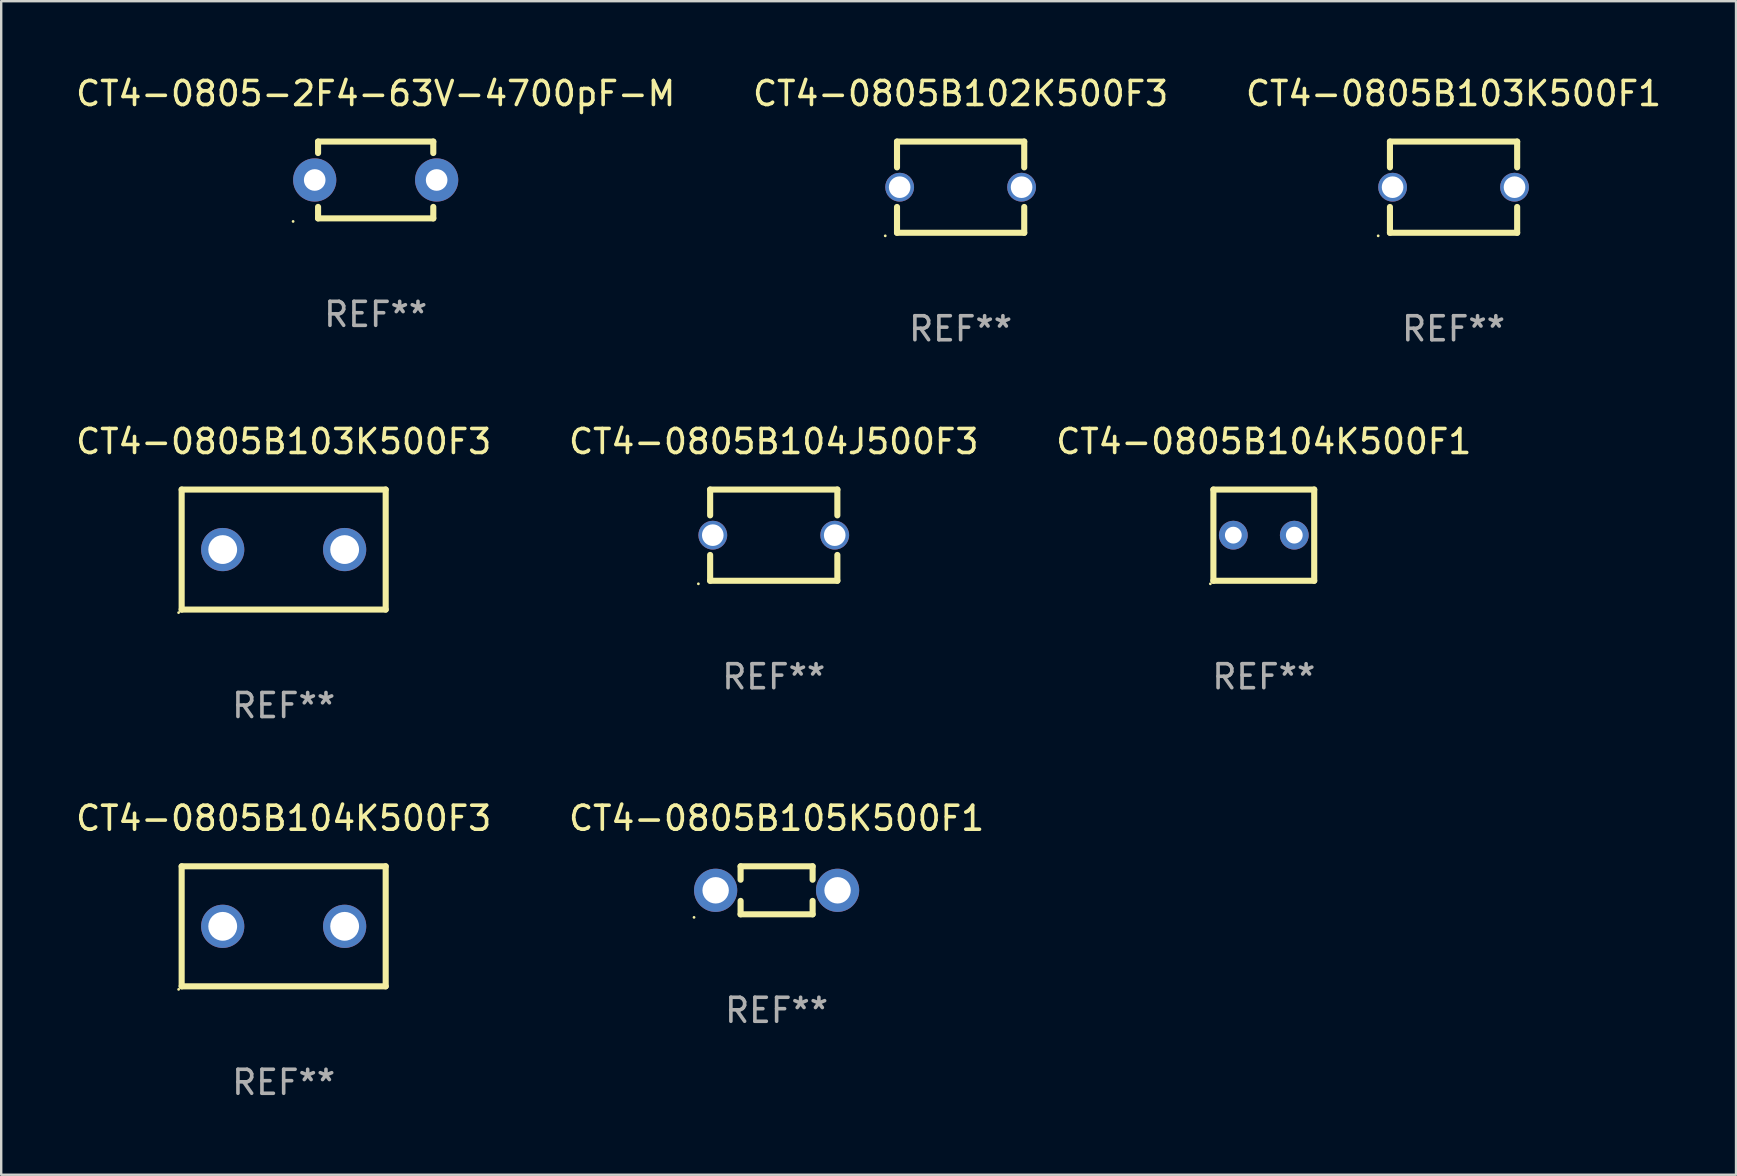
<source format=kicad_pcb>
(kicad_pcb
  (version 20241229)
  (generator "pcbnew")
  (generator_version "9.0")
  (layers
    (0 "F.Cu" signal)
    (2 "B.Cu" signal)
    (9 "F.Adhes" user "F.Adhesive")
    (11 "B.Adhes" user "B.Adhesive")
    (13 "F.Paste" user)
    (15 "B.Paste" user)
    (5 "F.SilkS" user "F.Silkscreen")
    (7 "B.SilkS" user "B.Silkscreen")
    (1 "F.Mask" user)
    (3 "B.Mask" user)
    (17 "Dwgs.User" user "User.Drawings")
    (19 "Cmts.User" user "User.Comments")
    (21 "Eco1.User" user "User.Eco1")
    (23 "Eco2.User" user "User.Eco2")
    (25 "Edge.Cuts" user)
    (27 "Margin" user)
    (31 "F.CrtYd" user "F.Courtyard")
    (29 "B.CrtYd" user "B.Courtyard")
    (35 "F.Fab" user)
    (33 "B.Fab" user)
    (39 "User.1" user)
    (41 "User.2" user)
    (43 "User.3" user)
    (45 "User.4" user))
  (footprint "CT4-0805B103K500F3"
    (layer "F.Cu")
    (at 8.768 19.845)
    (property "Reference" "CT4-0805B103K500F3" (at 0 -4.5 0) (layer "F.SilkS") (effects (font (size 1 1) (thickness 0.15))))
    (attr through_hole)
    (fp_line (start -4.25 -2.5) (end 4.25 -2.5) (stroke (width 0.254) (type solid)) (layer "F.SilkS"))
    (fp_line (start -4.25 2.5) (end -4.25 -2.5) (stroke (width 0.254) (type solid)) (layer "F.SilkS"))
    (fp_line (start 4.25 -2.5) (end 4.25 2.5) (stroke (width 0.254) (type solid)) (layer "F.SilkS"))
    (fp_line (start 4.25 2.5) (end -4.25 2.5) (stroke (width 0.254) (type solid)) (layer "F.SilkS"))
    (fp_circle (center -4.377 2.627) (end -4.347 2.627) (stroke (width 0.06) (type solid)) (fill no) (layer "F.SilkS"))
    (fp_text user "REF**" (at 0 6.5 0) (layer "F.Fab") (effects (font (size 1 1) (thickness 0.15))))
    (pad "1" thru_hole circle (at -2.54 0) (size 1.8 1.8) (drill 1.2) (layers "*.Cu" "*.Mask"))
    (pad "2" thru_hole circle (at 2.54 0) (size 1.8 1.8) (drill 1.2) (layers "*.Cu" "*.Mask")))
  (footprint "CT4-0805B104K500F3"
    (layer "F.Cu")
    (at 8.768 35.541)
    (property "Reference" "CT4-0805B104K500F3" (at 0 -4.5 0) (layer "F.SilkS") (effects (font (size 1 1) (thickness 0.15))))
    (attr through_hole)
    (fp_line (start -4.25 -2.5) (end 4.25 -2.5) (stroke (width 0.254) (type solid)) (layer "F.SilkS"))
    (fp_line (start -4.25 2.5) (end -4.25 -2.5) (stroke (width 0.254) (type solid)) (layer "F.SilkS"))
    (fp_line (start 4.25 -2.5) (end 4.25 2.5) (stroke (width 0.254) (type solid)) (layer "F.SilkS"))
    (fp_line (start 4.25 2.5) (end -4.25 2.5) (stroke (width 0.254) (type solid)) (layer "F.SilkS"))
    (fp_circle (center -4.377 2.627) (end -4.347 2.627) (stroke (width 0.06) (type solid)) (fill no) (layer "F.SilkS"))
    (fp_text user "REF**" (at 0 6.5 0) (layer "F.Fab") (effects (font (size 1 1) (thickness 0.15))))
    (pad "1" thru_hole circle (at -2.54 0) (size 1.8 1.8) (drill 1.2) (layers "*.Cu" "*.Mask"))
    (pad "2" thru_hole circle (at 2.54 0) (size 1.8 1.8) (drill 1.2) (layers "*.Cu" "*.Mask")))
  (footprint "CT4-0805B104K500F1"
    (layer "F.Cu")
    (at 49.601 19.245)
    (property "Reference" "CT4-0805B104K500F1" (at 0 -3.9 0) (layer "F.SilkS") (effects (font (size 1 1) (thickness 0.15))))
    (attr through_hole)
    (fp_line (start -2.1 -1.9) (end -2.1 1.9) (stroke (width 0.254) (type solid)) (layer "F.SilkS"))
    (fp_line (start -2.1 -1.9) (end 2.1 -1.9) (stroke (width 0.254) (type solid)) (layer "F.SilkS"))
    (fp_line (start -2.1 1.9) (end 2.1 1.9) (stroke (width 0.254) (type solid)) (layer "F.SilkS"))
    (fp_line (start 2.1 -1.9) (end 2.1 1.9) (stroke (width 0.254) (type solid)) (layer "F.SilkS"))
    (fp_circle (center -2.227 2.027) (end -2.197 2.027) (stroke (width 0.06) (type solid)) (fill no) (layer "F.SilkS"))
    (fp_text user "REF**" (at 0 5.9 0) (layer "F.Fab") (effects (font (size 1 1) (thickness 0.15))))
    (pad "1" thru_hole circle (at -1.27 0) (size 1.2 1.2) (drill 0.7) (layers "*.Cu" "*.Mask"))
    (pad "2" thru_hole circle (at 1.27 0) (size 1.2 1.2) (drill 0.7) (layers "*.Cu" "*.Mask")))
  (footprint "CT4-0805B102K500F3"
    (layer "F.Cu")
    (at 36.97 4.748)
    (property "Reference" "CT4-0805B102K500F3" (at 0 -3.9 0) (layer "F.SilkS") (effects (font (size 1 1) (thickness 0.15))))
    (attr through_hole)
    (fp_line (start -2.65 -1.9) (end 2.65 -1.9) (stroke (width 0.254) (type solid)) (layer "F.SilkS"))
    (fp_line (start -2.65 -0.824) (end -2.65 -1.9) (stroke (width 0.254) (type solid)) (layer "F.SilkS"))
    (fp_line (start -2.65 1.9) (end -2.65 0.824) (stroke (width 0.254) (type solid)) (layer "F.SilkS"))
    (fp_line (start 2.65 -0.824) (end 2.65 -1.9) (stroke (width 0.254) (type solid)) (layer "F.SilkS"))
    (fp_line (start 2.65 1.9) (end -2.65 1.9) (stroke (width 0.254) (type solid)) (layer "F.SilkS"))
    (fp_line (start 2.65 1.9) (end 2.65 0.824) (stroke (width 0.254) (type solid)) (layer "F.SilkS"))
    (fp_circle (center -3.14 2.027) (end -3.11 2.027) (stroke (width 0.06) (type solid)) (fill no) (layer "F.SilkS"))
    (fp_text user "REF**" (at 0 5.9 0) (layer "F.Fab") (effects (font (size 1 1) (thickness 0.15))))
    (pad "1" thru_hole circle (at -2.54 0) (size 1.2 1.2) (drill 0.9) (layers "*.Cu" "*.Mask"))
    (pad "2" thru_hole circle (at 2.54 0) (size 1.2 1.2) (drill 0.9) (layers "*.Cu" "*.Mask")))
  (footprint "CT4-0805B103K500F1"
    (layer "F.Cu")
    (at 57.506 4.748)
    (property "Reference" "CT4-0805B103K500F1" (at 0 -3.9 0) (layer "F.SilkS") (effects (font (size 1 1) (thickness 0.15))))
    (attr through_hole)
    (fp_line (start -2.65 -1.9) (end 2.65 -1.9) (stroke (width 0.254) (type solid)) (layer "F.SilkS"))
    (fp_line (start -2.65 -0.824) (end -2.65 -1.9) (stroke (width 0.254) (type solid)) (layer "F.SilkS"))
    (fp_line (start -2.65 1.9) (end -2.65 0.824) (stroke (width 0.254) (type solid)) (layer "F.SilkS"))
    (fp_line (start 2.65 -0.824) (end 2.65 -1.9) (stroke (width 0.254) (type solid)) (layer "F.SilkS"))
    (fp_line (start 2.65 1.9) (end -2.65 1.9) (stroke (width 0.254) (type solid)) (layer "F.SilkS"))
    (fp_line (start 2.65 1.9) (end 2.65 0.824) (stroke (width 0.254) (type solid)) (layer "F.SilkS"))
    (fp_circle (center -3.14 2.027) (end -3.11 2.027) (stroke (width 0.06) (type solid)) (fill no) (layer "F.SilkS"))
    (fp_text user "REF**" (at 0 5.9 0) (layer "F.Fab") (effects (font (size 1 1) (thickness 0.15))))
    (pad "1" thru_hole circle (at -2.54 0) (size 1.2 1.2) (drill 0.9) (layers "*.Cu" "*.Mask"))
    (pad "2" thru_hole circle (at 2.54 0) (size 1.2 1.2) (drill 0.9) (layers "*.Cu" "*.Mask")))
  (footprint "CT4-0805-2F4-63V-4700pF-M"
    (layer "F.Cu")
    (at 12.601 4.448)
    (property "Reference" "CT4-0805-2F4-63V-4700pF-M" (at 0 -3.6 0) (layer "F.SilkS") (effects (font (size 1 1) (thickness 0.15))))
    (attr through_hole)
    (fp_line (start -2.4 -1.122) (end -2.4 -1.6) (stroke (width 0.254) (type solid)) (layer "F.SilkS"))
    (fp_line (start -2.4 1.6) (end -2.4 1.122) (stroke (width 0.254) (type solid)) (layer "F.SilkS"))
    (fp_line (start -2.4 -1.6) (end 2.4 -1.6) (stroke (width 0.254) (type solid)) (layer "F.SilkS"))
    (fp_line (start 2.4 1.6) (end -2.4 1.6) (stroke (width 0.254) (type solid)) (layer "F.SilkS"))
    (fp_line (start 2.4 -1.6) (end 2.4 -1.122) (stroke (width 0.254) (type solid)) (layer "F.SilkS"))
    (fp_line (start 2.4 1.122) (end 2.4 1.6) (stroke (width 0.254) (type solid)) (layer "F.SilkS"))
    (fp_circle (center -3.44 1.727) (end -3.41 1.727) (stroke (width 0.06) (type solid)) (fill no) (layer "F.SilkS"))
    (fp_text user "REF**" (at 0 5.6 0) (layer "F.Fab") (effects (font (size 1 1) (thickness 0.15))))
    (pad "1" thru_hole circle (at -2.54 0) (size 1.8 1.8) (drill 0.9) (layers "*.Cu" "*.Mask"))
    (pad "2" thru_hole circle (at 2.54 0) (size 1.8 1.8) (drill 0.9) (layers "*.Cu" "*.Mask")))
  (footprint "CT4-0805B104J500F3"
    (layer "F.Cu")
    (at 29.185 19.245)
    (property "Reference" "CT4-0805B104J500F3" (at 0 -3.9 0) (layer "F.SilkS") (effects (font (size 1 1) (thickness 0.15))))
    (attr through_hole)
    (fp_line (start -2.65 -1.9) (end 2.65 -1.9) (stroke (width 0.254) (type solid)) (layer "F.SilkS"))
    (fp_line (start -2.65 -0.824) (end -2.65 -1.9) (stroke (width 0.254) (type solid)) (layer "F.SilkS"))
    (fp_line (start -2.65 1.9) (end -2.65 0.824) (stroke (width 0.254) (type solid)) (layer "F.SilkS"))
    (fp_line (start 2.65 -0.824) (end 2.65 -1.9) (stroke (width 0.254) (type solid)) (layer "F.SilkS"))
    (fp_line (start 2.65 1.9) (end -2.65 1.9) (stroke (width 0.254) (type solid)) (layer "F.SilkS"))
    (fp_line (start 2.65 1.9) (end 2.65 0.824) (stroke (width 0.254) (type solid)) (layer "F.SilkS"))
    (fp_circle (center -3.14 2.027) (end -3.11 2.027) (stroke (width 0.06) (type solid)) (fill no) (layer "F.SilkS"))
    (fp_text user "REF**" (at 0 5.9 0) (layer "F.Fab") (effects (font (size 1 1) (thickness 0.15))))
    (pad "1" thru_hole circle (at -2.54 0) (size 1.2 1.2) (drill 0.9) (layers "*.Cu" "*.Mask"))
    (pad "2" thru_hole circle (at 2.54 0) (size 1.2 1.2) (drill 0.9) (layers "*.Cu" "*.Mask")))
  (footprint "CT4-0805B105K500F1"
    (layer "F.Cu")
    (at 29.304 34.041)
    (property "Reference" "CT4-0805B105K500F1" (at 0 -3 0) (layer "F.SilkS") (effects (font (size 1 1) (thickness 0.15))))
    (attr through_hole)
    (fp_line (start -1.5 -1) (end -1.5 -0.441) (stroke (width 0.254) (type solid)) (layer "F.SilkS"))
    (fp_line (start -1.5 -1) (end 1.5 -1) (stroke (width 0.254) (type solid)) (layer "F.SilkS"))
    (fp_line (start -1.5 0.441) (end -1.5 1) (stroke (width 0.254) (type solid)) (layer "F.SilkS"))
    (fp_line (start 1.5 -0.441) (end 1.5 -1) (stroke (width 0.254) (type solid)) (layer "F.SilkS"))
    (fp_line (start 1.5 1) (end -1.5 1) (stroke (width 0.254) (type solid)) (layer "F.SilkS"))
    (fp_line (start 1.5 1) (end 1.5 0.441) (stroke (width 0.254) (type solid)) (layer "F.SilkS"))
    (fp_circle (center -3.44 1.127) (end -3.41 1.127) (stroke (width 0.06) (type solid)) (fill no) (layer "F.SilkS"))
    (fp_text user "REF**" (at 0 5 0) (layer "F.Fab") (effects (font (size 1 1) (thickness 0.15))))
    (pad "1" thru_hole circle (at -2.54 0) (size 1.8 1.8) (drill 1.1) (layers "*.Cu" "*.Mask"))
    (pad "2" thru_hole circle (at 2.54 0) (size 1.8 1.8) (drill 1.1) (layers "*.Cu" "*.Mask")))
  (gr_rect
    (start -3 -3)
    (end 69.274 45.889)
    (stroke (width 0.1) (type default))
    (fill no)
    (layer "Edge.Cuts")))
</source>
